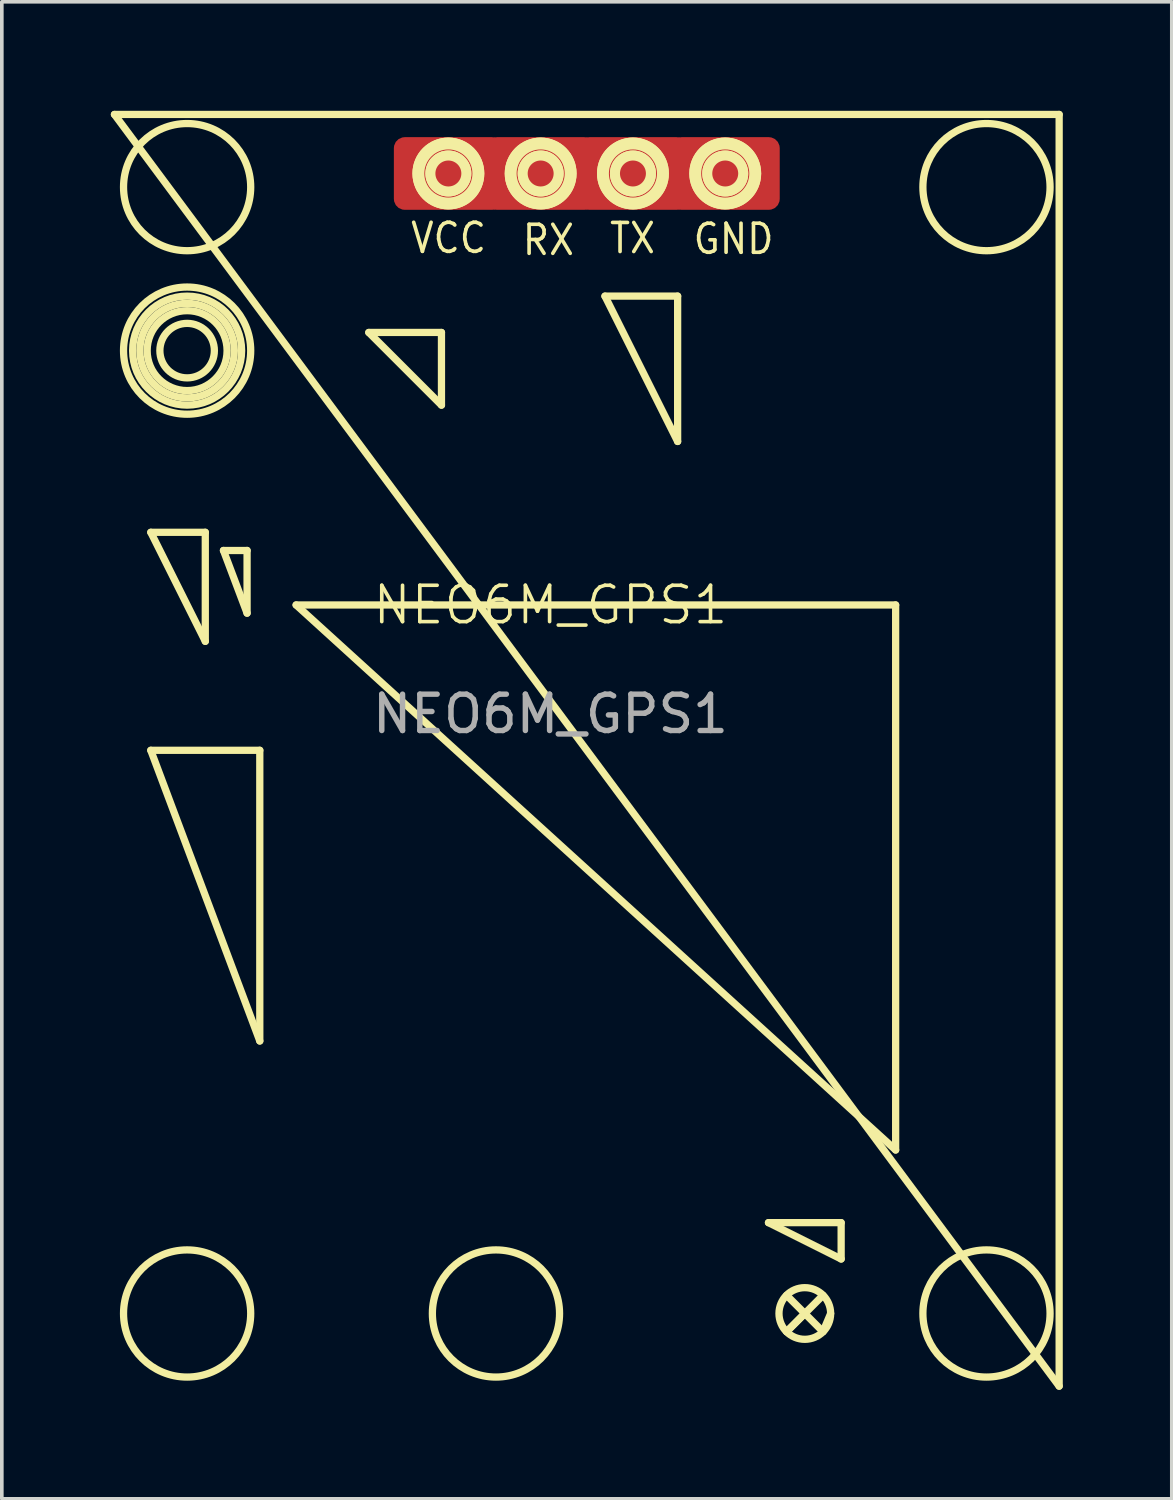
<source format=kicad_pcb>
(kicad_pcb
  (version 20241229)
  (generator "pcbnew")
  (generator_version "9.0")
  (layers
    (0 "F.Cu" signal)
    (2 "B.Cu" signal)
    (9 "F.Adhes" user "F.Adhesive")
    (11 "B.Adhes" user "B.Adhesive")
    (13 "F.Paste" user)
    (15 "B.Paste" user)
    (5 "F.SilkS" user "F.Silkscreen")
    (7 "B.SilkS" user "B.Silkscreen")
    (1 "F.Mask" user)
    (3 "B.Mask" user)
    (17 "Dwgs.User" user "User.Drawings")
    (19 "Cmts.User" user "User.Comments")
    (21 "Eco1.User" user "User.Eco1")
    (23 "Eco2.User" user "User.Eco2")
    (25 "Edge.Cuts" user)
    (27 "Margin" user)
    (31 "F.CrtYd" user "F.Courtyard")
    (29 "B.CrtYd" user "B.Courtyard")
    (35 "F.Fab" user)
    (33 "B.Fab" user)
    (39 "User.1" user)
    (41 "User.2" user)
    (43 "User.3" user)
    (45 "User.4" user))
  (footprint "NEO6M_GPS1"
    (layer "F.Cu")
    (at 12.1 14.1)
    (property "Reference" "NEO6M_GPS1" (at 0 -0.5 0) (unlocked yes) (layer "F.SilkS") (effects (font (size 1 1) (thickness 0.1))))
    (attr smd)
    (fp_line (start -12 -14) (end 14 -14) (stroke (width 0.2) (type default)) (layer "F.SilkS"))
    (fp_line (start -11 -2.5) (end -9.5 -2.5) (stroke (width 0.2) (type default)) (layer "F.SilkS"))
    (fp_line (start -11 3.5) (end -8 3.5) (stroke (width 0.2) (type default)) (layer "F.SilkS"))
    (fp_line (start -9.5 -2.5) (end -9.5 0.5) (stroke (width 0.2) (type default)) (layer "F.SilkS"))
    (fp_line (start -9.5 0.5) (end -11 -2.5) (stroke (width 0.2) (type default)) (layer "F.SilkS"))
    (fp_line (start -9 -2) (end -8.35 -2) (stroke (width 0.2) (type default)) (layer "F.SilkS"))
    (fp_line (start -8.35 -2) (end -8.35 -0.275) (stroke (width 0.2) (type default)) (layer "F.SilkS"))
    (fp_line (start -8.35 -0.275) (end -9 -2) (stroke (width 0.2) (type default)) (layer "F.SilkS"))
    (fp_line (start -8 3.5) (end -8 11.5) (stroke (width 0.2) (type default)) (layer "F.SilkS"))
    (fp_line (start -8 11.5) (end -11 3.5) (stroke (width 0.2) (type default)) (layer "F.SilkS"))
    (fp_line (start -7 -0.5) (end 9.5 -0.5) (stroke (width 0.2) (type default)) (layer "F.SilkS"))
    (fp_line (start -5 -8) (end -3 -8) (stroke (width 0.2) (type default)) (layer "F.SilkS"))
    (fp_line (start -3 -8) (end -3 -6) (stroke (width 0.2) (type default)) (layer "F.SilkS"))
    (fp_line (start -3 -6) (end -5 -8) (stroke (width 0.2) (type default)) (layer "F.SilkS"))
    (fp_line (start 1.5 -9) (end 3.5 -9) (stroke (width 0.2) (type default)) (layer "F.SilkS"))
    (fp_line (start 3.5 -9) (end 3.5 -5) (stroke (width 0.2) (type default)) (layer "F.SilkS"))
    (fp_line (start 3.5 -5) (end 1.5 -9) (stroke (width 0.2) (type default)) (layer "F.SilkS"))
    (fp_line (start 6 16.5) (end 8 16.5) (stroke (width 0.2) (type default)) (layer "F.SilkS"))
    (fp_line (start 6.5 18.5) (end 7.5 19.5) (stroke (width 0.2) (type default)) (layer "F.SilkS"))
    (fp_line (start 7 19) (end 6.5 19.5) (stroke (width 0.2) (type default)) (layer "F.SilkS"))
    (fp_line (start 7.5 18.5) (end 6.5 19.5) (stroke (width 0.2) (type default)) (layer "F.SilkS"))
    (fp_line (start 7.5 19.5) (end 7.711 19) (stroke (width 0.2) (type default)) (layer "F.SilkS"))
    (fp_line (start 8 16.5) (end 8 17.5) (stroke (width 0.2) (type default)) (layer "F.SilkS"))
    (fp_line (start 8 17.5) (end 6 16.5) (stroke (width 0.2) (type default)) (layer "F.SilkS"))
    (fp_line (start 9.5 -0.5) (end 9.5 14.5) (stroke (width 0.2) (type default)) (layer "F.SilkS"))
    (fp_line (start 9.5 14.5) (end -7 -0.5) (stroke (width 0.2) (type default)) (layer "F.SilkS"))
    (fp_line (start 14 -14) (end 14 21) (stroke (width 0.2) (type default)) (layer "F.SilkS"))
    (fp_line (start 14 21) (end -12 -14) (stroke (width 0.2) (type default)) (layer "F.SilkS"))
    (fp_circle (center -10 -12) (end -8.25 -12) (stroke (width 0.2) (type default)) (fill no) (layer "F.SilkS"))
    (fp_circle (center -10 -7.5) (end -9.25 -7.5) (stroke (width 0.2) (type default)) (fill no) (layer "F.SilkS"))
    (fp_circle (center -10 -7.5) (end -8.9 -7.5) (stroke (width 0.2) (type default)) (fill no) (layer "F.SilkS"))
    (fp_circle (center -10 -7.5) (end -8.7 -7.5) (stroke (width 0.2) (type default)) (fill no) (layer "F.SilkS"))
    (fp_circle (center -10 -7.5) (end -8.5 -7.5) (stroke (width 0.2) (type default)) (fill no) (layer "F.SilkS"))
    (fp_circle (center -10 -7.5) (end -8.25 -7.5) (stroke (width 0.2) (type default)) (fill no) (layer "F.SilkS"))
    (fp_circle (center -10 19) (end -8.25 19) (stroke (width 0.2) (type default)) (fill no) (layer "F.SilkS"))
    (fp_circle (center -2.81 -12.375) (end -2.353 -12.375) (stroke (width 0.2) (type default)) (fill no) (layer "F.SilkS"))
    (fp_circle (center -2.81 -12.375) (end -2.277 -12.375) (stroke (width 0.2) (type default)) (fill no) (layer "F.SilkS"))
    (fp_circle (center -2.81 -12.375) (end -2.277 -12.375) (stroke (width 0.2) (type default)) (fill no) (layer "F.SilkS"))
    (fp_circle (center -2.81 -12.375) (end -2.048 -12.375) (stroke (width 0.2) (type default)) (fill no) (layer "F.SilkS"))
    (fp_circle (center -2.81 -12.375) (end -1.921 -12.375) (stroke (width 0.2) (type default)) (fill no) (layer "F.SilkS"))
    (fp_circle (center -2.81 -12.375) (end -1.921 -12.375) (stroke (width 0.2) (type default)) (fill no) (layer "F.SilkS"))
    (fp_circle (center -1.5 19) (end 0.25 19) (stroke (width 0.2) (type default)) (fill no) (layer "F.SilkS"))
    (fp_circle (center -0.27 -12.375) (end 0.187 -12.375) (stroke (width 0.2) (type default)) (fill no) (layer "F.SilkS"))
    (fp_circle (center -0.27 -12.375) (end 0.263 -12.375) (stroke (width 0.2) (type default)) (fill no) (layer "F.SilkS"))
    (fp_circle (center -0.27 -12.375) (end 0.263 -12.375) (stroke (width 0.2) (type default)) (fill no) (layer "F.SilkS"))
    (fp_circle (center -0.27 -12.375) (end 0.492 -12.375) (stroke (width 0.2) (type default)) (fill no) (layer "F.SilkS"))
    (fp_circle (center -0.27 -12.375) (end 0.619 -12.375) (stroke (width 0.2) (type default)) (fill no) (layer "F.SilkS"))
    (fp_circle (center -0.27 -12.375) (end 0.619 -12.375) (stroke (width 0.2) (type default)) (fill no) (layer "F.SilkS"))
    (fp_circle (center 2.27 -12.375) (end 2.727 -12.375) (stroke (width 0.2) (type default)) (fill no) (layer "F.SilkS"))
    (fp_circle (center 2.27 -12.375) (end 2.803 -12.375) (stroke (width 0.2) (type default)) (fill no) (layer "F.SilkS"))
    (fp_circle (center 2.27 -12.375) (end 2.803 -12.375) (stroke (width 0.2) (type default)) (fill no) (layer "F.SilkS"))
    (fp_circle (center 2.27 -12.375) (end 3.032 -12.375) (stroke (width 0.2) (type default)) (fill no) (layer "F.SilkS"))
    (fp_circle (center 2.27 -12.375) (end 3.159 -12.375) (stroke (width 0.2) (type default)) (fill no) (layer "F.SilkS"))
    (fp_circle (center 2.27 -12.375) (end 3.159 -12.375) (stroke (width 0.2) (type default)) (fill no) (layer "F.SilkS"))
    (fp_circle (center 4.81 -12.375) (end 5.267 -12.375) (stroke (width 0.2) (type default)) (fill no) (layer "F.SilkS"))
    (fp_circle (center 4.81 -12.375) (end 5.343 -12.375) (stroke (width 0.2) (type default)) (fill no) (layer "F.SilkS"))
    (fp_circle (center 4.81 -12.375) (end 5.343 -12.375) (stroke (width 0.2) (type default)) (fill no) (layer "F.SilkS"))
    (fp_circle (center 4.81 -12.375) (end 5.572 -12.375) (stroke (width 0.2) (type default)) (fill no) (layer "F.SilkS"))
    (fp_circle (center 4.81 -12.375) (end 5.699 -12.375) (stroke (width 0.2) (type default)) (fill no) (layer "F.SilkS"))
    (fp_circle (center 4.81 -12.375) (end 5.699 -12.375) (stroke (width 0.2) (type default)) (fill no) (layer "F.SilkS"))
    (fp_circle (center 7 19) (end 7.711 19) (stroke (width 0.2) (type default)) (fill no) (layer "F.SilkS"))
    (fp_circle (center 12 -12) (end 13.75 -12) (stroke (width 0.2) (type default)) (fill no) (layer "F.SilkS"))
    (fp_circle (center 12 19) (end 13.75 19) (stroke (width 0.2) (type default)) (fill no) (layer "F.SilkS"))
    (fp_text user "RX" (at -0.825 -10.075 0) (unlocked yes) (layer "F.SilkS") (effects (font (size 0.8 0.72) (thickness 0.1)) (justify left bottom)))
    (fp_text user "GND" (at 3.876 -10.104 0) (unlocked yes) (layer "F.SilkS") (effects (font (size 0.8 0.72) (thickness 0.1)) (justify left bottom)))
    (fp_text user "TX" (at 1.575 -10.125 0) (unlocked yes) (layer "F.SilkS") (effects (font (size 0.8 0.72) (thickness 0.1)) (justify left bottom)))
    (fp_text user "VCC" (at -3.899 -10.13 0) (unlocked yes) (layer "F.SilkS") (effects (font (size 0.8 0.72) (thickness 0.1)) (justify left bottom)))
    (fp_text user "${REFERENCE}" (at 0 2.5 0) (unlocked yes) (layer "F.Fab") (effects (font (size 1 1) (thickness 0.15))))
    (pad "1" smd roundrect (at -2.81 -12.375) (size 3 2) (layers "F.Cu" "F.Mask" "F.Paste") (roundrect_rratio 0.15))
    (pad "2" smd roundrect (at -0.27 -12.375) (size 3 2) (layers "F.Cu" "F.Mask" "F.Paste") (roundrect_rratio 0.15))
    (pad "3" smd roundrect (at 2.27 -12.375) (size 3 2) (layers "F.Cu" "F.Mask" "F.Paste") (roundrect_rratio 0.15))
    (pad "4" smd roundrect (at 4.81 -12.375) (size 3 2) (layers "F.Cu" "F.Mask" "F.Paste") (roundrect_rratio 0.15)))
  (gr_rect
    (start -3 -3)
    (end 29.2 38.2)
    (stroke (width 0.1) (type default))
    (fill no)
    (layer "Edge.Cuts")))
</source>
